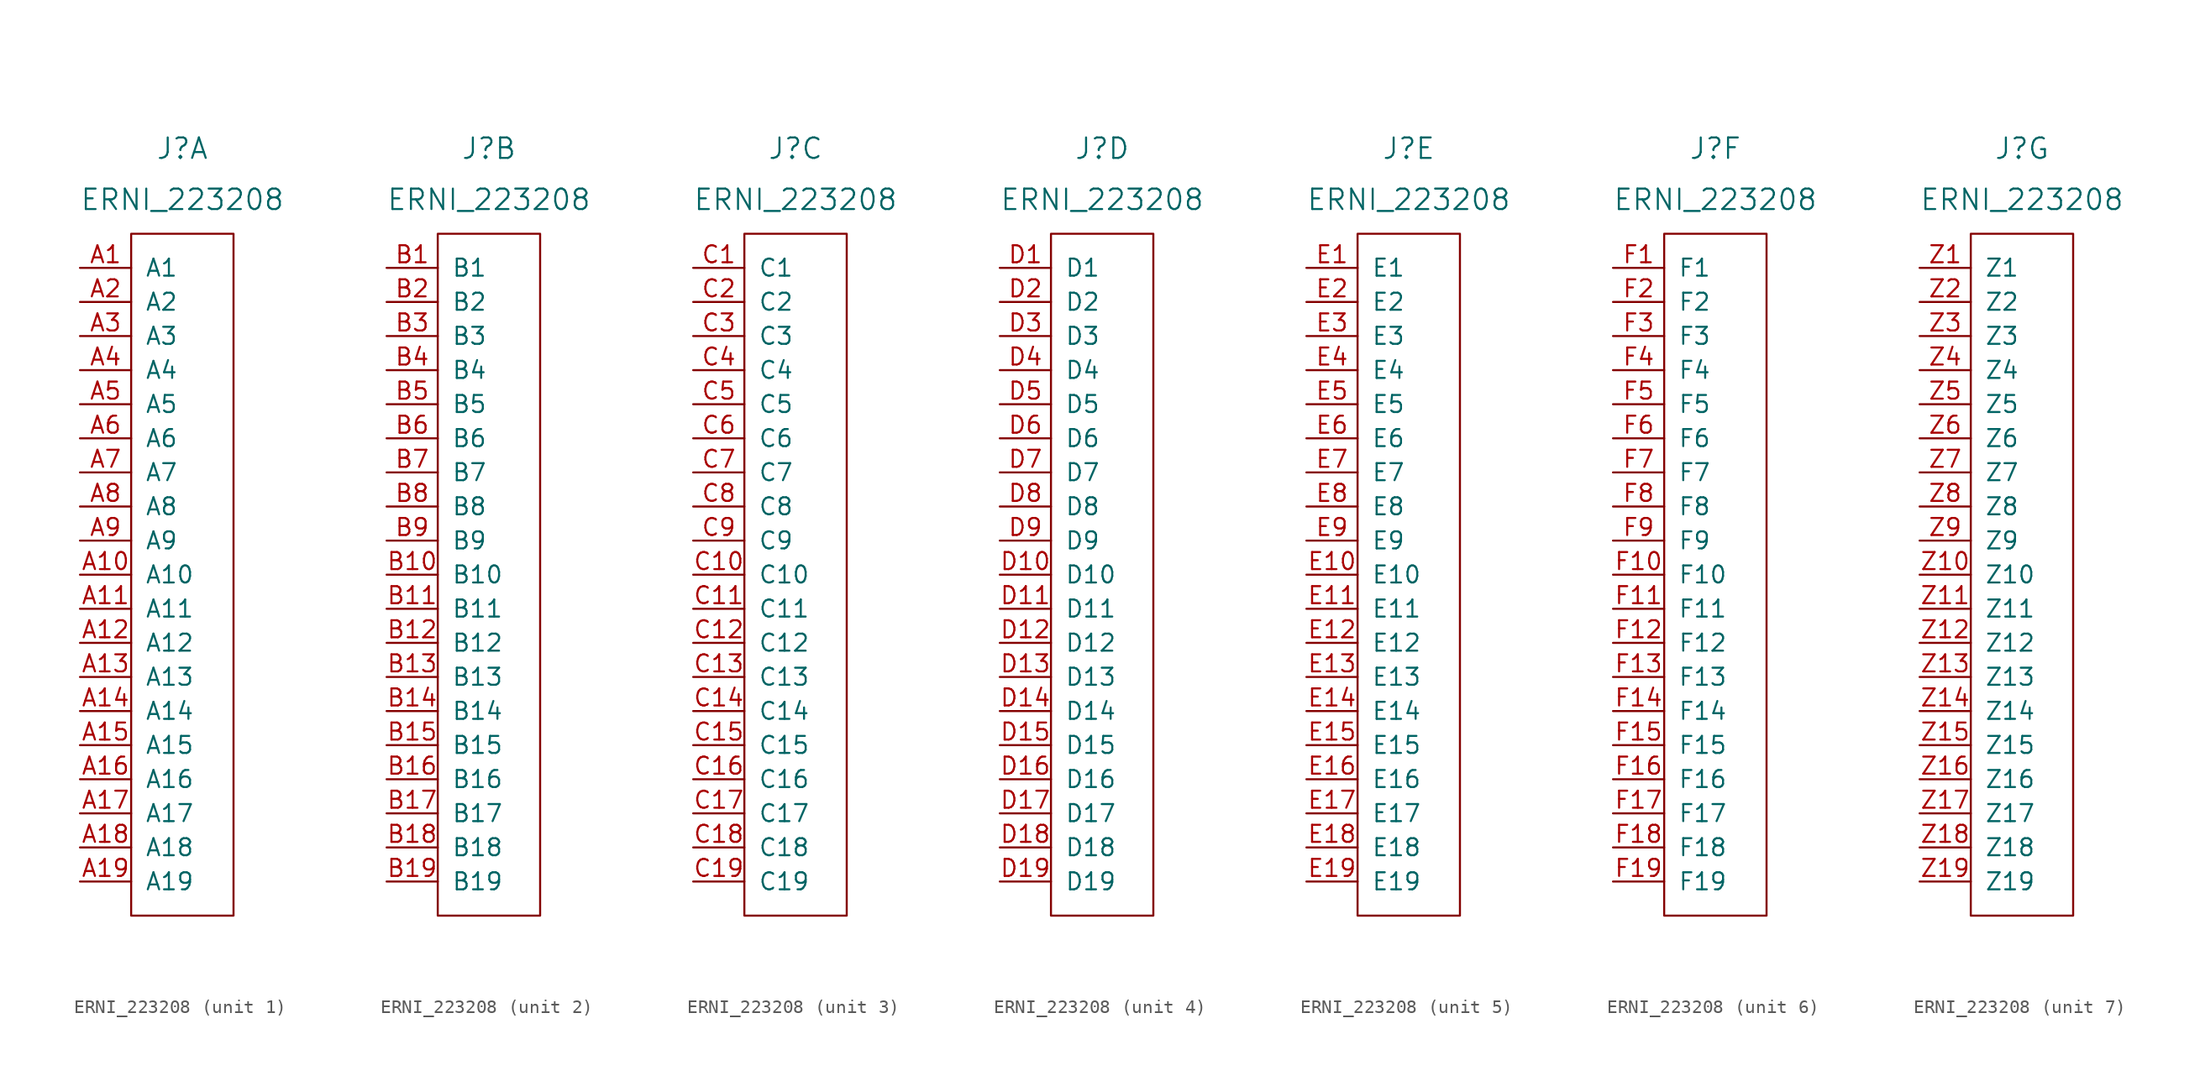
<source format=kicad_sym>
(kicad_symbol_lib
  (version 20231120)
  (generator "kicad_symbol_editor")
  (generator_version "8.0")
  (symbol "ERNI_223208"
    (pin_names
      (offset 1.016))
    (property "Reference" "J"
      (at 0 30.48 0)
      (effects (font (size 1.524 1.524))))
    (property "Value" "ERNI_223208"
      (at 0 26.67 0)
      (effects (font (size 1.524 1.524))))
    (property "Footprint" ""
      (at 1.27 -2.54 0)
      (effects (font (size 1.524 1.524))))
    (property "Datasheet" ""
      (at 1.27 -2.54 0)
      (effects (font (size 1.524 1.524))))
    (symbol "ERNI_223208_0_1"
      (rectangle (start -3.81 24.13) (end 3.81 -26.67) (stroke (width 0) (type default)) (fill (type none))))
    (symbol "ERNI_223208_1_1"
      (pin input line (at -7.62 21.59 0) (length 3.81) (name "A1" (effects (font (size 1.27 1.27)))) (number "A1" (effects (font (size 1.27 1.27)))))
      (pin input line (at -7.62 -1.27 0) (length 3.81) (name "A10" (effects (font (size 1.27 1.27)))) (number "A10" (effects (font (size 1.27 1.27)))))
      (pin input line (at -7.62 -3.81 0) (length 3.81) (name "A11" (effects (font (size 1.27 1.27)))) (number "A11" (effects (font (size 1.27 1.27)))))
      (pin input line (at -7.62 -6.35 0) (length 3.81) (name "A12" (effects (font (size 1.27 1.27)))) (number "A12" (effects (font (size 1.27 1.27)))))
      (pin input line (at -7.62 -8.89 0) (length 3.81) (name "A13" (effects (font (size 1.27 1.27)))) (number "A13" (effects (font (size 1.27 1.27)))))
      (pin input line (at -7.62 -11.43 0) (length 3.81) (name "A14" (effects (font (size 1.27 1.27)))) (number "A14" (effects (font (size 1.27 1.27)))))
      (pin input line (at -7.62 -13.97 0) (length 3.81) (name "A15" (effects (font (size 1.27 1.27)))) (number "A15" (effects (font (size 1.27 1.27)))))
      (pin input line (at -7.62 -16.51 0) (length 3.81) (name "A16" (effects (font (size 1.27 1.27)))) (number "A16" (effects (font (size 1.27 1.27)))))
      (pin input line (at -7.62 -19.05 0) (length 3.81) (name "A17" (effects (font (size 1.27 1.27)))) (number "A17" (effects (font (size 1.27 1.27)))))
      (pin input line (at -7.62 -21.59 0) (length 3.81) (name "A18" (effects (font (size 1.27 1.27)))) (number "A18" (effects (font (size 1.27 1.27)))))
      (pin input line (at -7.62 -24.13 0) (length 3.81) (name "A19" (effects (font (size 1.27 1.27)))) (number "A19" (effects (font (size 1.27 1.27)))))
      (pin input line (at -7.62 19.05 0) (length 3.81) (name "A2" (effects (font (size 1.27 1.27)))) (number "A2" (effects (font (size 1.27 1.27)))))
      (pin input line (at -7.62 16.51 0) (length 3.81) (name "A3" (effects (font (size 1.27 1.27)))) (number "A3" (effects (font (size 1.27 1.27)))))
      (pin input line (at -7.62 13.97 0) (length 3.81) (name "A4" (effects (font (size 1.27 1.27)))) (number "A4" (effects (font (size 1.27 1.27)))))
      (pin input line (at -7.62 11.43 0) (length 3.81) (name "A5" (effects (font (size 1.27 1.27)))) (number "A5" (effects (font (size 1.27 1.27)))))
      (pin input line (at -7.62 8.89 0) (length 3.81) (name "A6" (effects (font (size 1.27 1.27)))) (number "A6" (effects (font (size 1.27 1.27)))))
      (pin input line (at -7.62 6.35 0) (length 3.81) (name "A7" (effects (font (size 1.27 1.27)))) (number "A7" (effects (font (size 1.27 1.27)))))
      (pin input line (at -7.62 3.81 0) (length 3.81) (name "A8" (effects (font (size 1.27 1.27)))) (number "A8" (effects (font (size 1.27 1.27)))))
      (pin input line (at -7.62 1.27 0) (length 3.81) (name "A9" (effects (font (size 1.27 1.27)))) (number "A9" (effects (font (size 1.27 1.27))))))
    (symbol "ERNI_223208_2_1"
      (pin input line (at -7.62 21.59 0) (length 3.81) (name "B1" (effects (font (size 1.27 1.27)))) (number "B1" (effects (font (size 1.27 1.27)))))
      (pin input line (at -7.62 -1.27 0) (length 3.81) (name "B10" (effects (font (size 1.27 1.27)))) (number "B10" (effects (font (size 1.27 1.27)))))
      (pin input line (at -7.62 -3.81 0) (length 3.81) (name "B11" (effects (font (size 1.27 1.27)))) (number "B11" (effects (font (size 1.27 1.27)))))
      (pin input line (at -7.62 -6.35 0) (length 3.81) (name "B12" (effects (font (size 1.27 1.27)))) (number "B12" (effects (font (size 1.27 1.27)))))
      (pin input line (at -7.62 -8.89 0) (length 3.81) (name "B13" (effects (font (size 1.27 1.27)))) (number "B13" (effects (font (size 1.27 1.27)))))
      (pin input line (at -7.62 -11.43 0) (length 3.81) (name "B14" (effects (font (size 1.27 1.27)))) (number "B14" (effects (font (size 1.27 1.27)))))
      (pin input line (at -7.62 -13.97 0) (length 3.81) (name "B15" (effects (font (size 1.27 1.27)))) (number "B15" (effects (font (size 1.27 1.27)))))
      (pin input line (at -7.62 -16.51 0) (length 3.81) (name "B16" (effects (font (size 1.27 1.27)))) (number "B16" (effects (font (size 1.27 1.27)))))
      (pin input line (at -7.62 -19.05 0) (length 3.81) (name "B17" (effects (font (size 1.27 1.27)))) (number "B17" (effects (font (size 1.27 1.27)))))
      (pin input line (at -7.62 -21.59 0) (length 3.81) (name "B18" (effects (font (size 1.27 1.27)))) (number "B18" (effects (font (size 1.27 1.27)))))
      (pin input line (at -7.62 -24.13 0) (length 3.81) (name "B19" (effects (font (size 1.27 1.27)))) (number "B19" (effects (font (size 1.27 1.27)))))
      (pin input line (at -7.62 19.05 0) (length 3.81) (name "B2" (effects (font (size 1.27 1.27)))) (number "B2" (effects (font (size 1.27 1.27)))))
      (pin input line (at -7.62 16.51 0) (length 3.81) (name "B3" (effects (font (size 1.27 1.27)))) (number "B3" (effects (font (size 1.27 1.27)))))
      (pin input line (at -7.62 13.97 0) (length 3.81) (name "B4" (effects (font (size 1.27 1.27)))) (number "B4" (effects (font (size 1.27 1.27)))))
      (pin input line (at -7.62 11.43 0) (length 3.81) (name "B5" (effects (font (size 1.27 1.27)))) (number "B5" (effects (font (size 1.27 1.27)))))
      (pin input line (at -7.62 8.89 0) (length 3.81) (name "B6" (effects (font (size 1.27 1.27)))) (number "B6" (effects (font (size 1.27 1.27)))))
      (pin input line (at -7.62 6.35 0) (length 3.81) (name "B7" (effects (font (size 1.27 1.27)))) (number "B7" (effects (font (size 1.27 1.27)))))
      (pin input line (at -7.62 3.81 0) (length 3.81) (name "B8" (effects (font (size 1.27 1.27)))) (number "B8" (effects (font (size 1.27 1.27)))))
      (pin input line (at -7.62 1.27 0) (length 3.81) (name "B9" (effects (font (size 1.27 1.27)))) (number "B9" (effects (font (size 1.27 1.27))))))
    (symbol "ERNI_223208_3_1"
      (pin input line (at -7.62 21.59 0) (length 3.81) (name "C1" (effects (font (size 1.27 1.27)))) (number "C1" (effects (font (size 1.27 1.27)))))
      (pin input line (at -7.62 -1.27 0) (length 3.81) (name "C10" (effects (font (size 1.27 1.27)))) (number "C10" (effects (font (size 1.27 1.27)))))
      (pin input line (at -7.62 -3.81 0) (length 3.81) (name "C11" (effects (font (size 1.27 1.27)))) (number "C11" (effects (font (size 1.27 1.27)))))
      (pin input line (at -7.62 -6.35 0) (length 3.81) (name "C12" (effects (font (size 1.27 1.27)))) (number "C12" (effects (font (size 1.27 1.27)))))
      (pin input line (at -7.62 -8.89 0) (length 3.81) (name "C13" (effects (font (size 1.27 1.27)))) (number "C13" (effects (font (size 1.27 1.27)))))
      (pin input line (at -7.62 -11.43 0) (length 3.81) (name "C14" (effects (font (size 1.27 1.27)))) (number "C14" (effects (font (size 1.27 1.27)))))
      (pin input line (at -7.62 -13.97 0) (length 3.81) (name "C15" (effects (font (size 1.27 1.27)))) (number "C15" (effects (font (size 1.27 1.27)))))
      (pin input line (at -7.62 -16.51 0) (length 3.81) (name "C16" (effects (font (size 1.27 1.27)))) (number "C16" (effects (font (size 1.27 1.27)))))
      (pin input line (at -7.62 -19.05 0) (length 3.81) (name "C17" (effects (font (size 1.27 1.27)))) (number "C17" (effects (font (size 1.27 1.27)))))
      (pin input line (at -7.62 -21.59 0) (length 3.81) (name "C18" (effects (font (size 1.27 1.27)))) (number "C18" (effects (font (size 1.27 1.27)))))
      (pin input line (at -7.62 -24.13 0) (length 3.81) (name "C19" (effects (font (size 1.27 1.27)))) (number "C19" (effects (font (size 1.27 1.27)))))
      (pin input line (at -7.62 19.05 0) (length 3.81) (name "C2" (effects (font (size 1.27 1.27)))) (number "C2" (effects (font (size 1.27 1.27)))))
      (pin input line (at -7.62 16.51 0) (length 3.81) (name "C3" (effects (font (size 1.27 1.27)))) (number "C3" (effects (font (size 1.27 1.27)))))
      (pin input line (at -7.62 13.97 0) (length 3.81) (name "C4" (effects (font (size 1.27 1.27)))) (number "C4" (effects (font (size 1.27 1.27)))))
      (pin input line (at -7.62 11.43 0) (length 3.81) (name "C5" (effects (font (size 1.27 1.27)))) (number "C5" (effects (font (size 1.27 1.27)))))
      (pin input line (at -7.62 8.89 0) (length 3.81) (name "C6" (effects (font (size 1.27 1.27)))) (number "C6" (effects (font (size 1.27 1.27)))))
      (pin input line (at -7.62 6.35 0) (length 3.81) (name "C7" (effects (font (size 1.27 1.27)))) (number "C7" (effects (font (size 1.27 1.27)))))
      (pin input line (at -7.62 3.81 0) (length 3.81) (name "C8" (effects (font (size 1.27 1.27)))) (number "C8" (effects (font (size 1.27 1.27)))))
      (pin input line (at -7.62 1.27 0) (length 3.81) (name "C9" (effects (font (size 1.27 1.27)))) (number "C9" (effects (font (size 1.27 1.27))))))
    (symbol "ERNI_223208_4_1"
      (pin input line (at -7.62 21.59 0) (length 3.81) (name "D1" (effects (font (size 1.27 1.27)))) (number "D1" (effects (font (size 1.27 1.27)))))
      (pin input line (at -7.62 -1.27 0) (length 3.81) (name "D10" (effects (font (size 1.27 1.27)))) (number "D10" (effects (font (size 1.27 1.27)))))
      (pin input line (at -7.62 -3.81 0) (length 3.81) (name "D11" (effects (font (size 1.27 1.27)))) (number "D11" (effects (font (size 1.27 1.27)))))
      (pin input line (at -7.62 -6.35 0) (length 3.81) (name "D12" (effects (font (size 1.27 1.27)))) (number "D12" (effects (font (size 1.27 1.27)))))
      (pin input line (at -7.62 -8.89 0) (length 3.81) (name "D13" (effects (font (size 1.27 1.27)))) (number "D13" (effects (font (size 1.27 1.27)))))
      (pin input line (at -7.62 -11.43 0) (length 3.81) (name "D14" (effects (font (size 1.27 1.27)))) (number "D14" (effects (font (size 1.27 1.27)))))
      (pin input line (at -7.62 -13.97 0) (length 3.81) (name "D15" (effects (font (size 1.27 1.27)))) (number "D15" (effects (font (size 1.27 1.27)))))
      (pin input line (at -7.62 -16.51 0) (length 3.81) (name "D16" (effects (font (size 1.27 1.27)))) (number "D16" (effects (font (size 1.27 1.27)))))
      (pin input line (at -7.62 -19.05 0) (length 3.81) (name "D17" (effects (font (size 1.27 1.27)))) (number "D17" (effects (font (size 1.27 1.27)))))
      (pin input line (at -7.62 -21.59 0) (length 3.81) (name "D18" (effects (font (size 1.27 1.27)))) (number "D18" (effects (font (size 1.27 1.27)))))
      (pin input line (at -7.62 -24.13 0) (length 3.81) (name "D19" (effects (font (size 1.27 1.27)))) (number "D19" (effects (font (size 1.27 1.27)))))
      (pin input line (at -7.62 19.05 0) (length 3.81) (name "D2" (effects (font (size 1.27 1.27)))) (number "D2" (effects (font (size 1.27 1.27)))))
      (pin input line (at -7.62 16.51 0) (length 3.81) (name "D3" (effects (font (size 1.27 1.27)))) (number "D3" (effects (font (size 1.27 1.27)))))
      (pin input line (at -7.62 13.97 0) (length 3.81) (name "D4" (effects (font (size 1.27 1.27)))) (number "D4" (effects (font (size 1.27 1.27)))))
      (pin input line (at -7.62 11.43 0) (length 3.81) (name "D5" (effects (font (size 1.27 1.27)))) (number "D5" (effects (font (size 1.27 1.27)))))
      (pin input line (at -7.62 8.89 0) (length 3.81) (name "D6" (effects (font (size 1.27 1.27)))) (number "D6" (effects (font (size 1.27 1.27)))))
      (pin input line (at -7.62 6.35 0) (length 3.81) (name "D7" (effects (font (size 1.27 1.27)))) (number "D7" (effects (font (size 1.27 1.27)))))
      (pin input line (at -7.62 3.81 0) (length 3.81) (name "D8" (effects (font (size 1.27 1.27)))) (number "D8" (effects (font (size 1.27 1.27)))))
      (pin input line (at -7.62 1.27 0) (length 3.81) (name "D9" (effects (font (size 1.27 1.27)))) (number "D9" (effects (font (size 1.27 1.27))))))
    (symbol "ERNI_223208_5_1"
      (pin input line (at -7.62 21.59 0) (length 3.81) (name "E1" (effects (font (size 1.27 1.27)))) (number "E1" (effects (font (size 1.27 1.27)))))
      (pin input line (at -7.62 -1.27 0) (length 3.81) (name "E10" (effects (font (size 1.27 1.27)))) (number "E10" (effects (font (size 1.27 1.27)))))
      (pin input line (at -7.62 -3.81 0) (length 3.81) (name "E11" (effects (font (size 1.27 1.27)))) (number "E11" (effects (font (size 1.27 1.27)))))
      (pin input line (at -7.62 -6.35 0) (length 3.81) (name "E12" (effects (font (size 1.27 1.27)))) (number "E12" (effects (font (size 1.27 1.27)))))
      (pin input line (at -7.62 -8.89 0) (length 3.81) (name "E13" (effects (font (size 1.27 1.27)))) (number "E13" (effects (font (size 1.27 1.27)))))
      (pin input line (at -7.62 -11.43 0) (length 3.81) (name "E14" (effects (font (size 1.27 1.27)))) (number "E14" (effects (font (size 1.27 1.27)))))
      (pin input line (at -7.62 -13.97 0) (length 3.81) (name "E15" (effects (font (size 1.27 1.27)))) (number "E15" (effects (font (size 1.27 1.27)))))
      (pin input line (at -7.62 -16.51 0) (length 3.81) (name "E16" (effects (font (size 1.27 1.27)))) (number "E16" (effects (font (size 1.27 1.27)))))
      (pin input line (at -7.62 -19.05 0) (length 3.81) (name "E17" (effects (font (size 1.27 1.27)))) (number "E17" (effects (font (size 1.27 1.27)))))
      (pin input line (at -7.62 -21.59 0) (length 3.81) (name "E18" (effects (font (size 1.27 1.27)))) (number "E18" (effects (font (size 1.27 1.27)))))
      (pin input line (at -7.62 -24.13 0) (length 3.81) (name "E19" (effects (font (size 1.27 1.27)))) (number "E19" (effects (font (size 1.27 1.27)))))
      (pin input line (at -7.62 19.05 0) (length 3.81) (name "E2" (effects (font (size 1.27 1.27)))) (number "E2" (effects (font (size 1.27 1.27)))))
      (pin input line (at -7.62 16.51 0) (length 3.81) (name "E3" (effects (font (size 1.27 1.27)))) (number "E3" (effects (font (size 1.27 1.27)))))
      (pin input line (at -7.62 13.97 0) (length 3.81) (name "E4" (effects (font (size 1.27 1.27)))) (number "E4" (effects (font (size 1.27 1.27)))))
      (pin input line (at -7.62 11.43 0) (length 3.81) (name "E5" (effects (font (size 1.27 1.27)))) (number "E5" (effects (font (size 1.27 1.27)))))
      (pin input line (at -7.62 8.89 0) (length 3.81) (name "E6" (effects (font (size 1.27 1.27)))) (number "E6" (effects (font (size 1.27 1.27)))))
      (pin input line (at -7.62 6.35 0) (length 3.81) (name "E7" (effects (font (size 1.27 1.27)))) (number "E7" (effects (font (size 1.27 1.27)))))
      (pin input line (at -7.62 3.81 0) (length 3.81) (name "E8" (effects (font (size 1.27 1.27)))) (number "E8" (effects (font (size 1.27 1.27)))))
      (pin input line (at -7.62 1.27 0) (length 3.81) (name "E9" (effects (font (size 1.27 1.27)))) (number "E9" (effects (font (size 1.27 1.27))))))
    (symbol "ERNI_223208_6_1"
      (pin input line (at -7.62 21.59 0) (length 3.81) (name "F1" (effects (font (size 1.27 1.27)))) (number "F1" (effects (font (size 1.27 1.27)))))
      (pin input line (at -7.62 -1.27 0) (length 3.81) (name "F10" (effects (font (size 1.27 1.27)))) (number "F10" (effects (font (size 1.27 1.27)))))
      (pin input line (at -7.62 -3.81 0) (length 3.81) (name "F11" (effects (font (size 1.27 1.27)))) (number "F11" (effects (font (size 1.27 1.27)))))
      (pin input line (at -7.62 -6.35 0) (length 3.81) (name "F12" (effects (font (size 1.27 1.27)))) (number "F12" (effects (font (size 1.27 1.27)))))
      (pin input line (at -7.62 -8.89 0) (length 3.81) (name "F13" (effects (font (size 1.27 1.27)))) (number "F13" (effects (font (size 1.27 1.27)))))
      (pin input line (at -7.62 -11.43 0) (length 3.81) (name "F14" (effects (font (size 1.27 1.27)))) (number "F14" (effects (font (size 1.27 1.27)))))
      (pin input line (at -7.62 -13.97 0) (length 3.81) (name "F15" (effects (font (size 1.27 1.27)))) (number "F15" (effects (font (size 1.27 1.27)))))
      (pin input line (at -7.62 -16.51 0) (length 3.81) (name "F16" (effects (font (size 1.27 1.27)))) (number "F16" (effects (font (size 1.27 1.27)))))
      (pin input line (at -7.62 -19.05 0) (length 3.81) (name "F17" (effects (font (size 1.27 1.27)))) (number "F17" (effects (font (size 1.27 1.27)))))
      (pin input line (at -7.62 -21.59 0) (length 3.81) (name "F18" (effects (font (size 1.27 1.27)))) (number "F18" (effects (font (size 1.27 1.27)))))
      (pin input line (at -7.62 -24.13 0) (length 3.81) (name "F19" (effects (font (size 1.27 1.27)))) (number "F19" (effects (font (size 1.27 1.27)))))
      (pin input line (at -7.62 19.05 0) (length 3.81) (name "F2" (effects (font (size 1.27 1.27)))) (number "F2" (effects (font (size 1.27 1.27)))))
      (pin input line (at -7.62 16.51 0) (length 3.81) (name "F3" (effects (font (size 1.27 1.27)))) (number "F3" (effects (font (size 1.27 1.27)))))
      (pin input line (at -7.62 13.97 0) (length 3.81) (name "F4" (effects (font (size 1.27 1.27)))) (number "F4" (effects (font (size 1.27 1.27)))))
      (pin input line (at -7.62 11.43 0) (length 3.81) (name "F5" (effects (font (size 1.27 1.27)))) (number "F5" (effects (font (size 1.27 1.27)))))
      (pin input line (at -7.62 8.89 0) (length 3.81) (name "F6" (effects (font (size 1.27 1.27)))) (number "F6" (effects (font (size 1.27 1.27)))))
      (pin input line (at -7.62 6.35 0) (length 3.81) (name "F7" (effects (font (size 1.27 1.27)))) (number "F7" (effects (font (size 1.27 1.27)))))
      (pin input line (at -7.62 3.81 0) (length 3.81) (name "F8" (effects (font (size 1.27 1.27)))) (number "F8" (effects (font (size 1.27 1.27)))))
      (pin input line (at -7.62 1.27 0) (length 3.81) (name "F9" (effects (font (size 1.27 1.27)))) (number "F9" (effects (font (size 1.27 1.27))))))
    (symbol "ERNI_223208_7_1"
      (pin input line (at -7.62 21.59 0) (length 3.81) (name "Z1" (effects (font (size 1.27 1.27)))) (number "Z1" (effects (font (size 1.27 1.27)))))
      (pin input line (at -7.62 -1.27 0) (length 3.81) (name "Z10" (effects (font (size 1.27 1.27)))) (number "Z10" (effects (font (size 1.27 1.27)))))
      (pin input line (at -7.62 -3.81 0) (length 3.81) (name "Z11" (effects (font (size 1.27 1.27)))) (number "Z11" (effects (font (size 1.27 1.27)))))
      (pin input line (at -7.62 -6.35 0) (length 3.81) (name "Z12" (effects (font (size 1.27 1.27)))) (number "Z12" (effects (font (size 1.27 1.27)))))
      (pin input line (at -7.62 -8.89 0) (length 3.81) (name "Z13" (effects (font (size 1.27 1.27)))) (number "Z13" (effects (font (size 1.27 1.27)))))
      (pin input line (at -7.62 -11.43 0) (length 3.81) (name "Z14" (effects (font (size 1.27 1.27)))) (number "Z14" (effects (font (size 1.27 1.27)))))
      (pin input line (at -7.62 -13.97 0) (length 3.81) (name "Z15" (effects (font (size 1.27 1.27)))) (number "Z15" (effects (font (size 1.27 1.27)))))
      (pin input line (at -7.62 -16.51 0) (length 3.81) (name "Z16" (effects (font (size 1.27 1.27)))) (number "Z16" (effects (font (size 1.27 1.27)))))
      (pin input line (at -7.62 -19.05 0) (length 3.81) (name "Z17" (effects (font (size 1.27 1.27)))) (number "Z17" (effects (font (size 1.27 1.27)))))
      (pin input line (at -7.62 -21.59 0) (length 3.81) (name "Z18" (effects (font (size 1.27 1.27)))) (number "Z18" (effects (font (size 1.27 1.27)))))
      (pin input line (at -7.62 -24.13 0) (length 3.81) (name "Z19" (effects (font (size 1.27 1.27)))) (number "Z19" (effects (font (size 1.27 1.27)))))
      (pin input line (at -7.62 19.05 0) (length 3.81) (name "Z2" (effects (font (size 1.27 1.27)))) (number "Z2" (effects (font (size 1.27 1.27)))))
      (pin input line (at -7.62 16.51 0) (length 3.81) (name "Z3" (effects (font (size 1.27 1.27)))) (number "Z3" (effects (font (size 1.27 1.27)))))
      (pin input line (at -7.62 13.97 0) (length 3.81) (name "Z4" (effects (font (size 1.27 1.27)))) (number "Z4" (effects (font (size 1.27 1.27)))))
      (pin input line (at -7.62 11.43 0) (length 3.81) (name "Z5" (effects (font (size 1.27 1.27)))) (number "Z5" (effects (font (size 1.27 1.27)))))
      (pin input line (at -7.62 8.89 0) (length 3.81) (name "Z6" (effects (font (size 1.27 1.27)))) (number "Z6" (effects (font (size 1.27 1.27)))))
      (pin input line (at -7.62 6.35 0) (length 3.81) (name "Z7" (effects (font (size 1.27 1.27)))) (number "Z7" (effects (font (size 1.27 1.27)))))
      (pin input line (at -7.62 3.81 0) (length 3.81) (name "Z8" (effects (font (size 1.27 1.27)))) (number "Z8" (effects (font (size 1.27 1.27)))))
      (pin input line (at -7.62 1.27 0) (length 3.81) (name "Z9" (effects (font (size 1.27 1.27)))) (number "Z9" (effects (font (size 1.27 1.27))))))))
</source>
